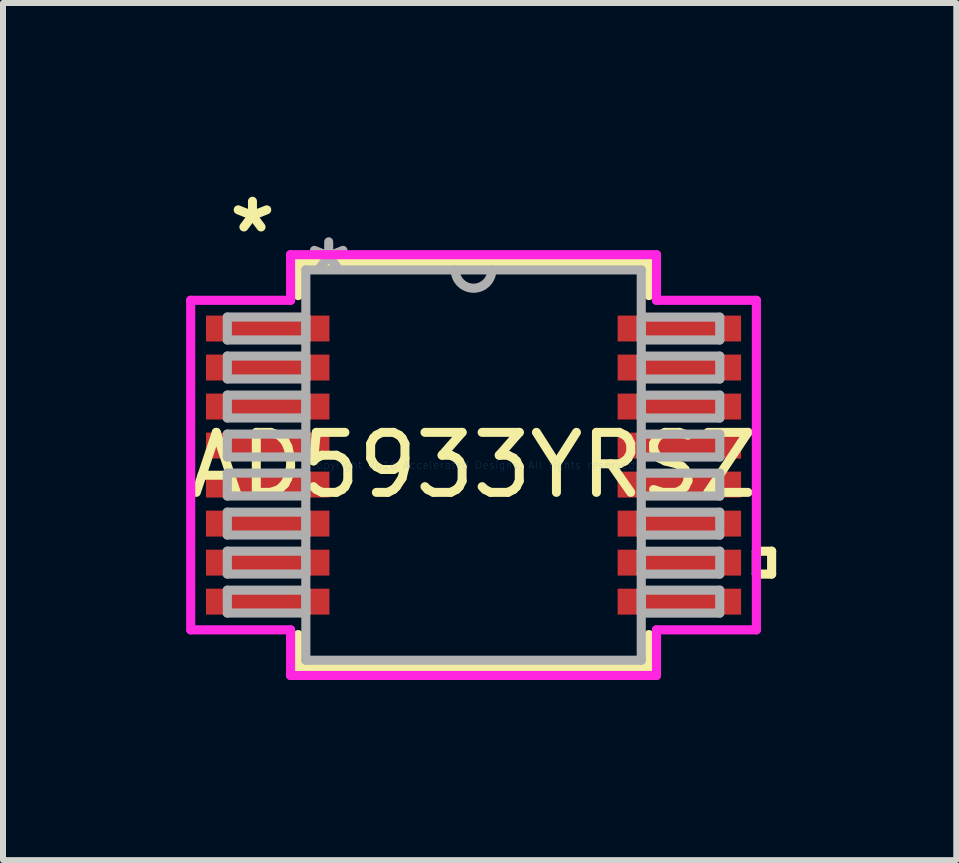
<source format=kicad_pcb>
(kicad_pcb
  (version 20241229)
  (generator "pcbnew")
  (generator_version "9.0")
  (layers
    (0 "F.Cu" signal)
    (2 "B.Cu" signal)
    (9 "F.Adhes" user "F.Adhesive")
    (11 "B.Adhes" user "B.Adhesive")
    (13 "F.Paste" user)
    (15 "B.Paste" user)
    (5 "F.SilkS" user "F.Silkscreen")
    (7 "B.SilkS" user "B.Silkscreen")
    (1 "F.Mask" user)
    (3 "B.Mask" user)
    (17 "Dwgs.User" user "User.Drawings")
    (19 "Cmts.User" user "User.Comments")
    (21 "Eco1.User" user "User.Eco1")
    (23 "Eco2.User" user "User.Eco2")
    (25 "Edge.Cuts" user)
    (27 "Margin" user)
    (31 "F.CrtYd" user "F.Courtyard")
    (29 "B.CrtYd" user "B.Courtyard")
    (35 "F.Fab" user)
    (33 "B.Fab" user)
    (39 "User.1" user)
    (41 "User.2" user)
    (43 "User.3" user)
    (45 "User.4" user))
  (footprint "AD5933YRSZ"
    (layer "F.Cu")
    (at 4.839 4.698)
    (property "Reference" "AD5933YRSZ" (at 0 0 0) (layer "F.SilkS") (effects (font (size 1 1) (thickness 0.15))))
    (attr through_hole)
    (fp_line (start -2.921 -3.378) (end -2.921 -2.824) (stroke (width 0.152) (type solid)) (layer "F.SilkS"))
    (fp_line (start -2.921 2.824) (end -2.921 3.378) (stroke (width 0.152) (type solid)) (layer "F.SilkS"))
    (fp_line (start -2.921 3.378) (end 2.921 3.378) (stroke (width 0.152) (type solid)) (layer "F.SilkS"))
    (fp_line (start 2.921 -3.378) (end -2.921 -3.378) (stroke (width 0.152) (type solid)) (layer "F.SilkS"))
    (fp_line (start 2.921 -2.824) (end 2.921 -3.378) (stroke (width 0.152) (type solid)) (layer "F.SilkS"))
    (fp_line (start 2.921 3.378) (end 2.921 2.824) (stroke (width 0.152) (type solid)) (layer "F.SilkS"))
    (fp_line (start 4.712 1.435) (end 4.966 1.435) (stroke (width 0.152) (type solid)) (layer "F.SilkS"))
    (fp_line (start 4.712 1.816) (end 4.712 1.435) (stroke (width 0.152) (type solid)) (layer "F.SilkS"))
    (fp_line (start 4.966 1.435) (end 4.966 1.816) (stroke (width 0.152) (type solid)) (layer "F.SilkS"))
    (fp_line (start 4.966 1.816) (end 4.712 1.816) (stroke (width 0.152) (type solid)) (layer "F.SilkS"))
    (fp_line (start -4.712 -2.745) (end -3.048 -2.745) (stroke (width 0.152) (type solid)) (layer "F.CrtYd"))
    (fp_line (start -4.712 2.745) (end -4.712 -2.745) (stroke (width 0.152) (type solid)) (layer "F.CrtYd"))
    (fp_line (start -3.048 -3.505) (end 3.048 -3.505) (stroke (width 0.152) (type solid)) (layer "F.CrtYd"))
    (fp_line (start -3.048 -2.745) (end -3.048 -3.505) (stroke (width 0.152) (type solid)) (layer "F.CrtYd"))
    (fp_line (start -3.048 2.745) (end -4.712 2.745) (stroke (width 0.152) (type solid)) (layer "F.CrtYd"))
    (fp_line (start -3.048 3.505) (end -3.048 2.745) (stroke (width 0.152) (type solid)) (layer "F.CrtYd"))
    (fp_line (start 3.048 -3.505) (end 3.048 -2.745) (stroke (width 0.152) (type solid)) (layer "F.CrtYd"))
    (fp_line (start 3.048 -2.745) (end 4.712 -2.745) (stroke (width 0.152) (type solid)) (layer "F.CrtYd"))
    (fp_line (start 3.048 2.745) (end 3.048 3.505) (stroke (width 0.152) (type solid)) (layer "F.CrtYd"))
    (fp_line (start 3.048 3.505) (end -3.048 3.505) (stroke (width 0.152) (type solid)) (layer "F.CrtYd"))
    (fp_line (start 4.712 -2.745) (end 4.712 2.745) (stroke (width 0.152) (type solid)) (layer "F.CrtYd"))
    (fp_line (start 4.712 2.745) (end 3.048 2.745) (stroke (width 0.152) (type solid)) (layer "F.CrtYd"))
    (fp_line (start -4.102 -2.466) (end -4.102 -2.084) (stroke (width 0.152) (type solid)) (layer "F.Fab"))
    (fp_line (start -4.102 -2.084) (end -2.794 -2.084) (stroke (width 0.152) (type solid)) (layer "F.Fab"))
    (fp_line (start -4.102 -1.816) (end -4.102 -1.435) (stroke (width 0.152) (type solid)) (layer "F.Fab"))
    (fp_line (start -4.102 -1.435) (end -2.794 -1.435) (stroke (width 0.152) (type solid)) (layer "F.Fab"))
    (fp_line (start -4.102 -1.166) (end -4.102 -0.785) (stroke (width 0.152) (type solid)) (layer "F.Fab"))
    (fp_line (start -4.102 -0.785) (end -2.794 -0.785) (stroke (width 0.152) (type solid)) (layer "F.Fab"))
    (fp_line (start -4.102 -0.516) (end -4.102 -0.135) (stroke (width 0.152) (type solid)) (layer "F.Fab"))
    (fp_line (start -4.102 -0.135) (end -2.794 -0.135) (stroke (width 0.152) (type solid)) (layer "F.Fab"))
    (fp_line (start -4.102 0.134) (end -4.102 0.515) (stroke (width 0.152) (type solid)) (layer "F.Fab"))
    (fp_line (start -4.102 0.515) (end -2.794 0.515) (stroke (width 0.152) (type solid)) (layer "F.Fab"))
    (fp_line (start -4.102 0.784) (end -4.102 1.165) (stroke (width 0.152) (type solid)) (layer "F.Fab"))
    (fp_line (start -4.102 1.165) (end -2.794 1.165) (stroke (width 0.152) (type solid)) (layer "F.Fab"))
    (fp_line (start -4.102 1.434) (end -4.102 1.815) (stroke (width 0.152) (type solid)) (layer "F.Fab"))
    (fp_line (start -4.102 1.815) (end -2.794 1.815) (stroke (width 0.152) (type solid)) (layer "F.Fab"))
    (fp_line (start -4.102 2.084) (end -4.102 2.465) (stroke (width 0.152) (type solid)) (layer "F.Fab"))
    (fp_line (start -4.102 2.465) (end -2.794 2.465) (stroke (width 0.152) (type solid)) (layer "F.Fab"))
    (fp_line (start -2.794 -3.251) (end -2.794 3.251) (stroke (width 0.152) (type solid)) (layer "F.Fab"))
    (fp_line (start -2.794 -2.466) (end -4.102 -2.466) (stroke (width 0.152) (type solid)) (layer "F.Fab"))
    (fp_line (start -2.794 -2.084) (end -2.794 -2.466) (stroke (width 0.152) (type solid)) (layer "F.Fab"))
    (fp_line (start -2.794 -1.816) (end -4.102 -1.816) (stroke (width 0.152) (type solid)) (layer "F.Fab"))
    (fp_line (start -2.794 -1.435) (end -2.794 -1.816) (stroke (width 0.152) (type solid)) (layer "F.Fab"))
    (fp_line (start -2.794 -1.166) (end -4.102 -1.166) (stroke (width 0.152) (type solid)) (layer "F.Fab"))
    (fp_line (start -2.794 -0.785) (end -2.794 -1.166) (stroke (width 0.152) (type solid)) (layer "F.Fab"))
    (fp_line (start -2.794 -0.516) (end -4.102 -0.516) (stroke (width 0.152) (type solid)) (layer "F.Fab"))
    (fp_line (start -2.794 -0.135) (end -2.794 -0.516) (stroke (width 0.152) (type solid)) (layer "F.Fab"))
    (fp_line (start -2.794 0.134) (end -4.102 0.134) (stroke (width 0.152) (type solid)) (layer "F.Fab"))
    (fp_line (start -2.794 0.515) (end -2.794 0.134) (stroke (width 0.152) (type solid)) (layer "F.Fab"))
    (fp_line (start -2.794 0.784) (end -4.102 0.784) (stroke (width 0.152) (type solid)) (layer "F.Fab"))
    (fp_line (start -2.794 1.165) (end -2.794 0.784) (stroke (width 0.152) (type solid)) (layer "F.Fab"))
    (fp_line (start -2.794 1.434) (end -4.102 1.434) (stroke (width 0.152) (type solid)) (layer "F.Fab"))
    (fp_line (start -2.794 1.815) (end -2.794 1.434) (stroke (width 0.152) (type solid)) (layer "F.Fab"))
    (fp_line (start -2.794 2.084) (end -4.102 2.084) (stroke (width 0.152) (type solid)) (layer "F.Fab"))
    (fp_line (start -2.794 2.465) (end -2.794 2.084) (stroke (width 0.152) (type solid)) (layer "F.Fab"))
    (fp_line (start -2.794 3.251) (end 2.794 3.251) (stroke (width 0.152) (type solid)) (layer "F.Fab"))
    (fp_line (start 2.794 -3.251) (end -2.794 -3.251) (stroke (width 0.152) (type solid)) (layer "F.Fab"))
    (fp_line (start 2.794 -2.465) (end 2.794 -2.084) (stroke (width 0.152) (type solid)) (layer "F.Fab"))
    (fp_line (start 2.794 -2.084) (end 4.102 -2.084) (stroke (width 0.152) (type solid)) (layer "F.Fab"))
    (fp_line (start 2.794 -1.815) (end 2.794 -1.434) (stroke (width 0.152) (type solid)) (layer "F.Fab"))
    (fp_line (start 2.794 -1.434) (end 4.102 -1.434) (stroke (width 0.152) (type solid)) (layer "F.Fab"))
    (fp_line (start 2.794 -1.165) (end 2.794 -0.784) (stroke (width 0.152) (type solid)) (layer "F.Fab"))
    (fp_line (start 2.794 -0.784) (end 4.102 -0.784) (stroke (width 0.152) (type solid)) (layer "F.Fab"))
    (fp_line (start 2.794 -0.515) (end 2.794 -0.134) (stroke (width 0.152) (type solid)) (layer "F.Fab"))
    (fp_line (start 2.794 -0.134) (end 4.102 -0.134) (stroke (width 0.152) (type solid)) (layer "F.Fab"))
    (fp_line (start 2.794 0.135) (end 2.794 0.516) (stroke (width 0.152) (type solid)) (layer "F.Fab"))
    (fp_line (start 2.794 0.516) (end 4.102 0.516) (stroke (width 0.152) (type solid)) (layer "F.Fab"))
    (fp_line (start 2.794 0.785) (end 2.794 1.166) (stroke (width 0.152) (type solid)) (layer "F.Fab"))
    (fp_line (start 2.794 1.166) (end 4.102 1.166) (stroke (width 0.152) (type solid)) (layer "F.Fab"))
    (fp_line (start 2.794 1.435) (end 2.794 1.816) (stroke (width 0.152) (type solid)) (layer "F.Fab"))
    (fp_line (start 2.794 1.816) (end 4.102 1.816) (stroke (width 0.152) (type solid)) (layer "F.Fab"))
    (fp_line (start 2.794 2.084) (end 2.794 2.466) (stroke (width 0.152) (type solid)) (layer "F.Fab"))
    (fp_line (start 2.794 2.466) (end 4.102 2.466) (stroke (width 0.152) (type solid)) (layer "F.Fab"))
    (fp_line (start 2.794 3.251) (end 2.794 -3.251) (stroke (width 0.152) (type solid)) (layer "F.Fab"))
    (fp_line (start 4.102 -2.465) (end 2.794 -2.465) (stroke (width 0.152) (type solid)) (layer "F.Fab"))
    (fp_line (start 4.102 -2.084) (end 4.102 -2.465) (stroke (width 0.152) (type solid)) (layer "F.Fab"))
    (fp_line (start 4.102 -1.815) (end 2.794 -1.815) (stroke (width 0.152) (type solid)) (layer "F.Fab"))
    (fp_line (start 4.102 -1.434) (end 4.102 -1.815) (stroke (width 0.152) (type solid)) (layer "F.Fab"))
    (fp_line (start 4.102 -1.165) (end 2.794 -1.165) (stroke (width 0.152) (type solid)) (layer "F.Fab"))
    (fp_line (start 4.102 -0.784) (end 4.102 -1.165) (stroke (width 0.152) (type solid)) (layer "F.Fab"))
    (fp_line (start 4.102 -0.515) (end 2.794 -0.515) (stroke (width 0.152) (type solid)) (layer "F.Fab"))
    (fp_line (start 4.102 -0.134) (end 4.102 -0.515) (stroke (width 0.152) (type solid)) (layer "F.Fab"))
    (fp_line (start 4.102 0.135) (end 2.794 0.135) (stroke (width 0.152) (type solid)) (layer "F.Fab"))
    (fp_line (start 4.102 0.516) (end 4.102 0.135) (stroke (width 0.152) (type solid)) (layer "F.Fab"))
    (fp_line (start 4.102 0.785) (end 2.794 0.785) (stroke (width 0.152) (type solid)) (layer "F.Fab"))
    (fp_line (start 4.102 1.166) (end 4.102 0.785) (stroke (width 0.152) (type solid)) (layer "F.Fab"))
    (fp_line (start 4.102 1.435) (end 2.794 1.435) (stroke (width 0.152) (type solid)) (layer "F.Fab"))
    (fp_line (start 4.102 1.816) (end 4.102 1.435) (stroke (width 0.152) (type solid)) (layer "F.Fab"))
    (fp_line (start 4.102 2.084) (end 2.794 2.084) (stroke (width 0.152) (type solid)) (layer "F.Fab"))
    (fp_line (start 4.102 2.466) (end 4.102 2.084) (stroke (width 0.152) (type solid)) (layer "F.Fab"))
    (fp_arc (start 0.3048 -3.2512) (mid 0 -2.9464) (end -0.3048 -3.2512) (stroke (width 0.1524) (type solid)) (layer "F.Fab"))
    (fp_text user "*" (at -3.683 -3.85 0) (layer "F.SilkS") (effects (font (size 1 1) (thickness 0.15))))
    (fp_text user "Copyright 2016 Accelerated Designs. All rights reserved." (at 0 0 0) (layer "Cmts.User") (effects (font (size 0.127 0.127) (thickness 0.002))))
    (fp_text user "*" (at -2.413 -3.175 0) (layer "F.Fab") (effects (font (size 1 1) (thickness 0.15))))
    (pad "1" smd rect (at -3.429 -2.275) (size 2.057 0.432) (layers "F.Cu" "F.Mask" "F.Paste"))
    (pad "2" smd rect (at -3.429 -1.625) (size 2.057 0.432) (layers "F.Cu" "F.Mask" "F.Paste"))
    (pad "3" smd rect (at -3.429 -0.975) (size 2.057 0.432) (layers "F.Cu" "F.Mask" "F.Paste"))
    (pad "4" smd rect (at -3.429 -0.325) (size 2.057 0.432) (layers "F.Cu" "F.Mask" "F.Paste"))
    (pad "5" smd rect (at -3.429 0.325) (size 2.057 0.432) (layers "F.Cu" "F.Mask" "F.Paste"))
    (pad "6" smd rect (at -3.429 0.975) (size 2.057 0.432) (layers "F.Cu" "F.Mask" "F.Paste"))
    (pad "7" smd rect (at -3.429 1.625) (size 2.057 0.432) (layers "F.Cu" "F.Mask" "F.Paste"))
    (pad "8" smd rect (at -3.429 2.275) (size 2.057 0.432) (layers "F.Cu" "F.Mask" "F.Paste"))
    (pad "9" smd rect (at 3.429 2.275) (size 2.057 0.432) (layers "F.Cu" "F.Mask" "F.Paste"))
    (pad "10" smd rect (at 3.429 1.625) (size 2.057 0.432) (layers "F.Cu" "F.Mask" "F.Paste"))
    (pad "11" smd rect (at 3.429 0.975) (size 2.057 0.432) (layers "F.Cu" "F.Mask" "F.Paste"))
    (pad "12" smd rect (at 3.429 0.325) (size 2.057 0.432) (layers "F.Cu" "F.Mask" "F.Paste"))
    (pad "13" smd rect (at 3.429 -0.325) (size 2.057 0.432) (layers "F.Cu" "F.Mask" "F.Paste"))
    (pad "14" smd rect (at 3.429 -0.975) (size 2.057 0.432) (layers "F.Cu" "F.Mask" "F.Paste"))
    (pad "15" smd rect (at 3.429 -1.625) (size 2.057 0.432) (layers "F.Cu" "F.Mask" "F.Paste"))
    (pad "16" smd rect (at 3.429 -2.275) (size 2.057 0.432) (layers "F.Cu" "F.Mask" "F.Paste")))
  (gr_rect
    (start -3 -3)
    (end 12.881 11.279)
    (stroke (width 0.1) (type default))
    (fill no)
    (layer "Edge.Cuts")))
</source>
